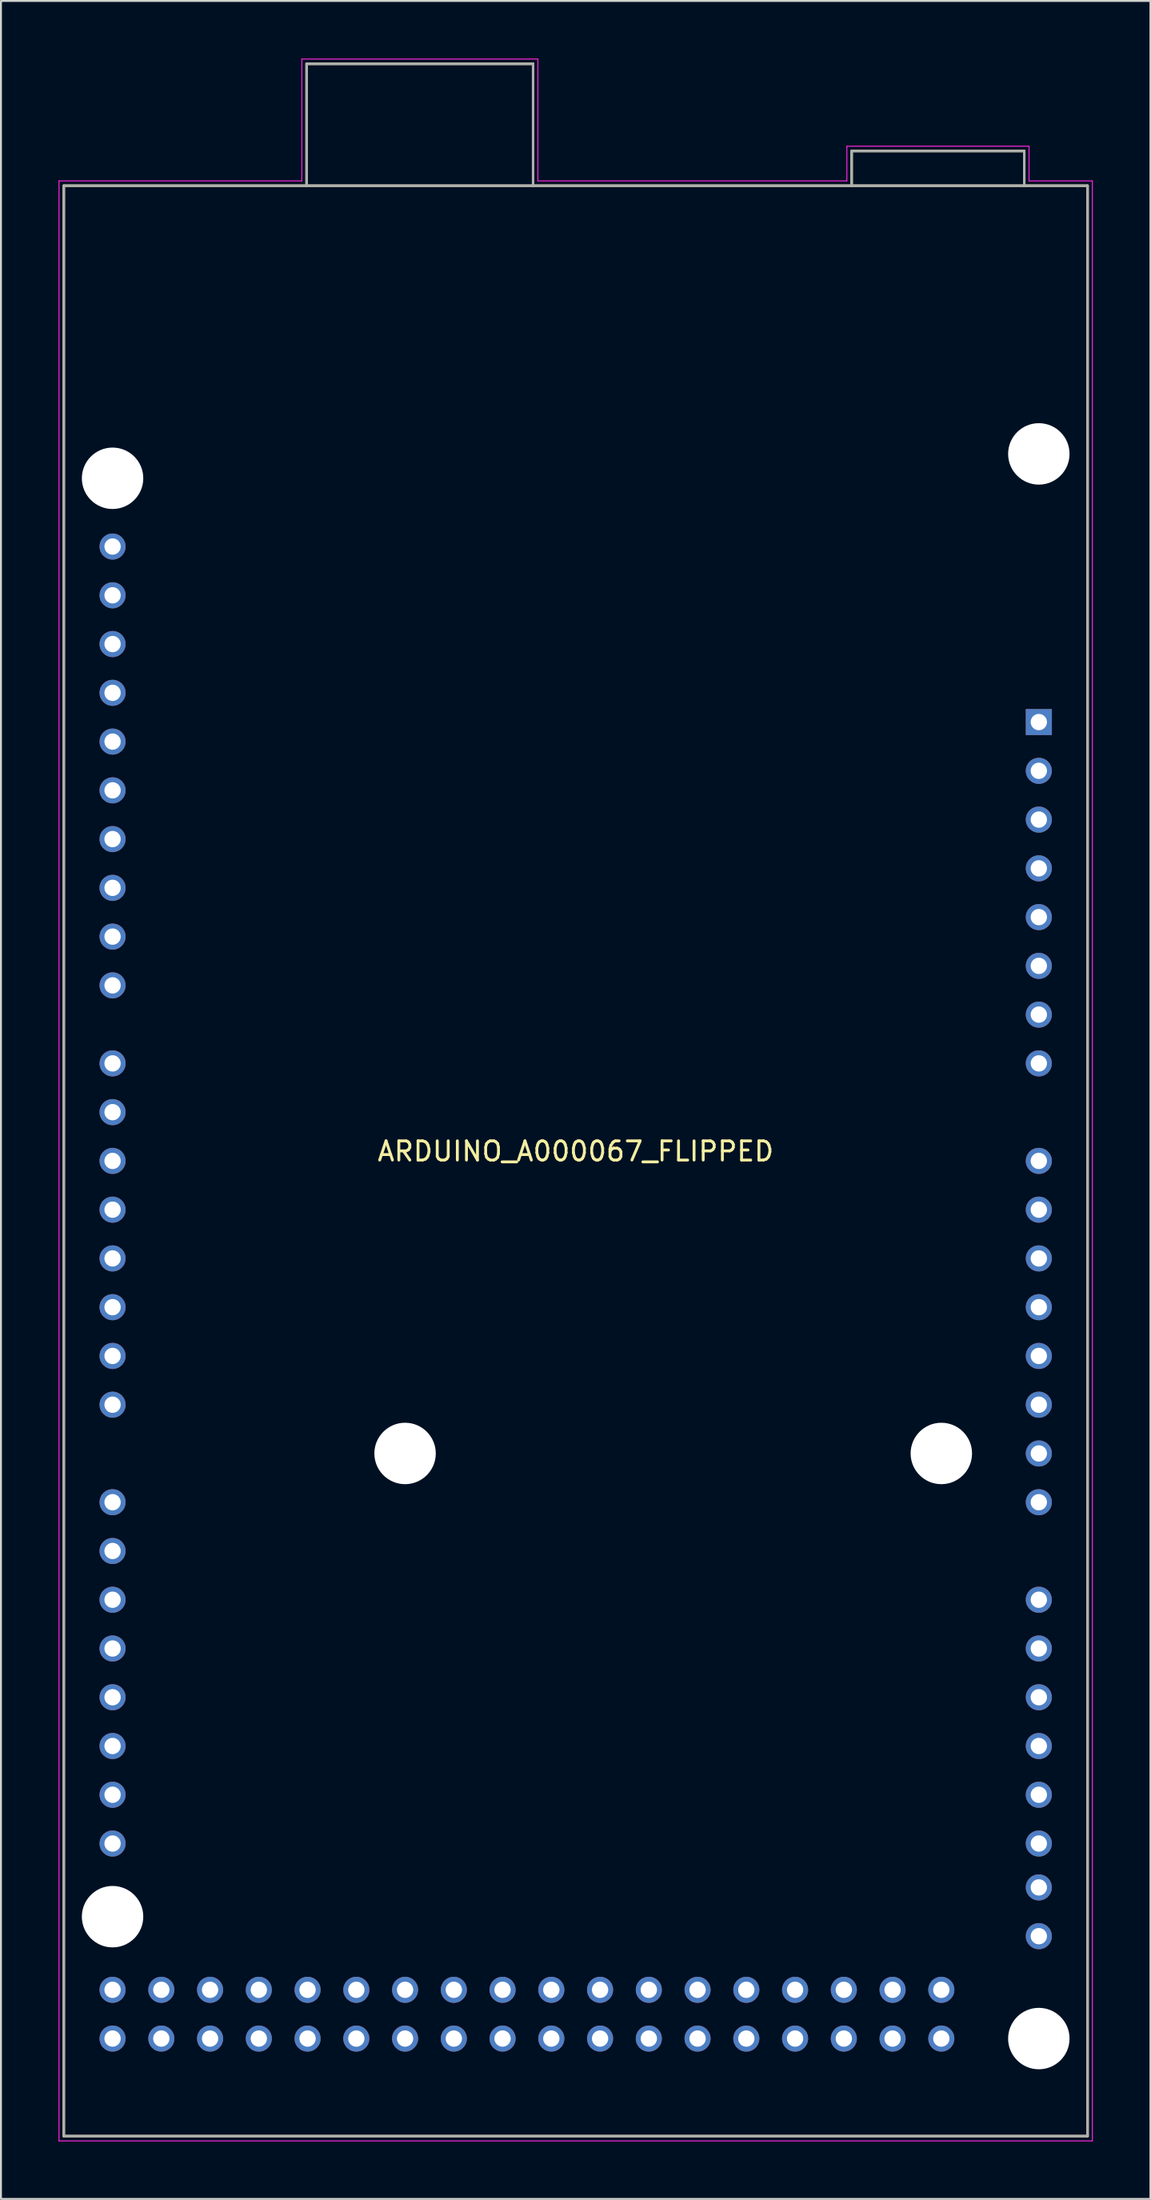
<source format=kicad_pcb>
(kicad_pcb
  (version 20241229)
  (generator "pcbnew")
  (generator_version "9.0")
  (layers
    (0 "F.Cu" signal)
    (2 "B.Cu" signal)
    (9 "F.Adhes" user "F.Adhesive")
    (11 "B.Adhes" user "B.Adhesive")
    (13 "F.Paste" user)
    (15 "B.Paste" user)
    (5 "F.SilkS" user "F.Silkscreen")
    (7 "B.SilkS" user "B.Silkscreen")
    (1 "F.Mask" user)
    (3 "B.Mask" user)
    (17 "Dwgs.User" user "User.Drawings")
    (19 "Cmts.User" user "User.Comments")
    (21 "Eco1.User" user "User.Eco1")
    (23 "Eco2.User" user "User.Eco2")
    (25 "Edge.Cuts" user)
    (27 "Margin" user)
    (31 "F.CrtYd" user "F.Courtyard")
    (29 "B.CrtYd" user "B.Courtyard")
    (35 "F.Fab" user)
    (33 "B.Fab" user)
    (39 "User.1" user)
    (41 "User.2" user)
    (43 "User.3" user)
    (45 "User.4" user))
  (footprint "ARDUINO_A000067_FLIPPED"
    (layer "F.Cu")
    (at 26.945 57.425)
    (property "Reference" "ARDUINO_A000067_FLIPPED" (at 0 -0.5 0) (unlocked yes) (layer "F.SilkS") (effects (font (size 1 1) (thickness 0.15))))
    (attr through_hole)
    (fp_line (start -26.67 -50.8) (end -26.67 50.8) (stroke (width 0.127) (type solid)) (layer "F.SilkS"))
    (fp_line (start -26.67 50.8) (end 26.67 50.8) (stroke (width 0.127) (type solid)) (layer "F.SilkS"))
    (fp_line (start -14.02 -57.15) (end -2.22 -57.15) (stroke (width 0.127) (type solid)) (layer "F.SilkS"))
    (fp_line (start -14.02 -50.8) (end -26.67 -50.8) (stroke (width 0.127) (type solid)) (layer "F.SilkS"))
    (fp_line (start -14.02 -50.8) (end -14.02 -57.15) (stroke (width 0.127) (type solid)) (layer "F.SilkS"))
    (fp_line (start -2.22 -57.15) (end -2.22 -50.8) (stroke (width 0.127) (type solid)) (layer "F.SilkS"))
    (fp_line (start -2.22 -50.8) (end -14.02 -50.8) (stroke (width 0.127) (type solid)) (layer "F.SilkS"))
    (fp_line (start 14.378 -52.61) (end 14.378 -50.8) (stroke (width 0.127) (type solid)) (layer "F.SilkS"))
    (fp_line (start 14.378 -50.8) (end -2.22 -50.8) (stroke (width 0.127) (type solid)) (layer "F.SilkS"))
    (fp_line (start 23.37 -52.61) (end 14.378 -52.61) (stroke (width 0.127) (type solid)) (layer "F.SilkS"))
    (fp_line (start 23.37 -50.8) (end 14.378 -50.8) (stroke (width 0.127) (type solid)) (layer "F.SilkS"))
    (fp_line (start 23.37 -50.8) (end 23.37 -52.61) (stroke (width 0.127) (type solid)) (layer "F.SilkS"))
    (fp_line (start 26.67 -50.8) (end 23.37 -50.8) (stroke (width 0.127) (type solid)) (layer "F.SilkS"))
    (fp_line (start 26.67 50.8) (end 26.67 -50.8) (stroke (width 0.127) (type solid)) (layer "F.SilkS"))
    (fp_line (start -26.92 -51.05) (end -26.92 51.05) (stroke (width 0.05) (type solid)) (layer "F.CrtYd"))
    (fp_line (start -26.92 51.05) (end 26.92 51.05) (stroke (width 0.05) (type solid)) (layer "F.CrtYd"))
    (fp_line (start -14.27 -57.4) (end -14.27 -51.05) (stroke (width 0.05) (type solid)) (layer "F.CrtYd"))
    (fp_line (start -14.27 -51.05) (end -26.92 -51.05) (stroke (width 0.05) (type solid)) (layer "F.CrtYd"))
    (fp_line (start -1.97 -57.4) (end -14.27 -57.4) (stroke (width 0.05) (type solid)) (layer "F.CrtYd"))
    (fp_line (start -1.97 -51.05) (end -1.97 -57.4) (stroke (width 0.05) (type solid)) (layer "F.CrtYd"))
    (fp_line (start 14.128 -52.86) (end 14.128 -51.05) (stroke (width 0.05) (type solid)) (layer "F.CrtYd"))
    (fp_line (start 14.128 -51.05) (end -1.97 -51.05) (stroke (width 0.05) (type solid)) (layer "F.CrtYd"))
    (fp_line (start 23.62 -52.86) (end 14.128 -52.86) (stroke (width 0.05) (type solid)) (layer "F.CrtYd"))
    (fp_line (start 23.62 -51.05) (end 23.62 -52.86) (stroke (width 0.05) (type solid)) (layer "F.CrtYd"))
    (fp_line (start 26.92 -51.05) (end 23.62 -51.05) (stroke (width 0.05) (type solid)) (layer "F.CrtYd"))
    (fp_line (start 26.92 51.05) (end 26.92 -51.05) (stroke (width 0.05) (type solid)) (layer "F.CrtYd"))
    (fp_line (start -26.67 -50.8) (end -26.67 50.8) (stroke (width 0.127) (type solid)) (layer "F.Fab"))
    (fp_line (start -26.67 50.8) (end 26.67 50.8) (stroke (width 0.127) (type solid)) (layer "F.Fab"))
    (fp_line (start -14.02 -57.15) (end -2.22 -57.15) (stroke (width 0.127) (type solid)) (layer "F.Fab"))
    (fp_line (start -14.02 -50.8) (end -26.67 -50.8) (stroke (width 0.127) (type solid)) (layer "F.Fab"))
    (fp_line (start -14.02 -50.8) (end -14.02 -57.15) (stroke (width 0.127) (type solid)) (layer "F.Fab"))
    (fp_line (start -2.22 -57.15) (end -2.22 -50.8) (stroke (width 0.127) (type solid)) (layer "F.Fab"))
    (fp_line (start -2.22 -50.8) (end -14.02 -50.8) (stroke (width 0.127) (type solid)) (layer "F.Fab"))
    (fp_line (start 14.378 -52.61) (end 14.378 -50.8) (stroke (width 0.127) (type solid)) (layer "F.Fab"))
    (fp_line (start 14.378 -50.8) (end -2.22 -50.8) (stroke (width 0.127) (type solid)) (layer "F.Fab"))
    (fp_line (start 23.37 -52.61) (end 14.378 -52.61) (stroke (width 0.127) (type solid)) (layer "F.Fab"))
    (fp_line (start 23.37 -50.8) (end 14.378 -50.8) (stroke (width 0.127) (type solid)) (layer "F.Fab"))
    (fp_line (start 23.37 -50.8) (end 23.37 -52.61) (stroke (width 0.127) (type solid)) (layer "F.Fab"))
    (fp_line (start 26.67 -50.8) (end 23.37 -50.8) (stroke (width 0.127) (type solid)) (layer "F.Fab"))
    (fp_line (start 26.67 50.8) (end 26.67 -50.8) (stroke (width 0.127) (type solid)) (layer "F.Fab"))
    (pad "" np_thru_hole circle (at -24.13 -35.56) (size 3.2 3.2) (drill 3.2) (layers "*.Cu" "*.Mask"))
    (pad "" np_thru_hole circle (at -24.13 39.37) (size 3.2 3.2) (drill 3.2) (layers "*.Cu" "*.Mask"))
    (pad "" np_thru_hole circle (at -8.89 15.24) (size 3.2 3.2) (drill 3.2) (layers "*.Cu" "*.Mask"))
    (pad "" np_thru_hole circle (at 19.05 15.24) (size 3.2 3.2) (drill 3.2) (layers "*.Cu" "*.Mask"))
    (pad "" np_thru_hole circle (at 24.13 -36.83) (size 3.2 3.2) (drill 3.2) (layers "*.Cu" "*.Mask"))
    (pad "" np_thru_hole circle (at 24.13 45.72) (size 3.2 3.2) (drill 3.2) (layers "*.Cu" "*.Mask"))
    (pad "0" thru_hole circle (at -24.13 12.7) (size 1.358 1.358) (drill 0.85) (layers "*.Cu" "*.Mask"))
    (pad "1" thru_hole circle (at -24.13 10.16) (size 1.358 1.358) (drill 0.85) (layers "*.Cu" "*.Mask"))
    (pad "2" thru_hole circle (at -24.13 7.62) (size 1.358 1.358) (drill 0.85) (layers "*.Cu" "*.Mask"))
    (pad "3" thru_hole circle (at -24.13 5.08) (size 1.358 1.358) (drill 0.85) (layers "*.Cu" "*.Mask"))
    (pad "3V3" thru_hole circle (at 24.13 -15.24) (size 1.358 1.358) (drill 0.85) (layers "*.Cu" "*.Mask"))
    (pad "4" thru_hole circle (at -24.13 2.54) (size 1.358 1.358) (drill 0.85) (layers "*.Cu" "*.Mask"))
    (pad "5" thru_hole circle (at -24.13 0) (size 1.358 1.358) (drill 0.85) (layers "*.Cu" "*.Mask"))
    (pad "5V_1" thru_hole circle (at 24.13 -12.7) (size 1.358 1.358) (drill 0.85) (layers "*.Cu" "*.Mask"))
    (pad "5V_2" thru_hole circle (at -24.13 43.18) (size 1.358 1.358) (drill 0.85) (layers "*.Cu" "*.Mask"))
    (pad "5V_3" thru_hole circle (at -24.13 45.72) (size 1.358 1.358) (drill 0.85) (layers "*.Cu" "*.Mask"))
    (pad "6" thru_hole circle (at -24.13 -2.54) (size 1.358 1.358) (drill 0.85) (layers "*.Cu" "*.Mask"))
    (pad "7" thru_hole circle (at -24.13 -5.08) (size 1.358 1.358) (drill 0.85) (layers "*.Cu" "*.Mask"))
    (pad "8" thru_hole circle (at -24.13 -9.144) (size 1.358 1.358) (drill 0.85) (layers "*.Cu" "*.Mask"))
    (pad "9" thru_hole circle (at -24.13 -11.684) (size 1.358 1.358) (drill 0.85) (layers "*.Cu" "*.Mask"))
    (pad "10" thru_hole circle (at -24.13 -14.224) (size 1.358 1.358) (drill 0.85) (layers "*.Cu" "*.Mask"))
    (pad "11" thru_hole circle (at -24.13 -16.764) (size 1.358 1.358) (drill 0.85) (layers "*.Cu" "*.Mask"))
    (pad "12" thru_hole circle (at -24.13 -19.304) (size 1.358 1.358) (drill 0.85) (layers "*.Cu" "*.Mask"))
    (pad "13" thru_hole circle (at -24.13 -21.844) (size 1.358 1.358) (drill 0.85) (layers "*.Cu" "*.Mask"))
    (pad "14" thru_hole circle (at -24.13 17.78) (size 1.358 1.358) (drill 0.85) (layers "*.Cu" "*.Mask"))
    (pad "15" thru_hole circle (at -24.13 20.32) (size 1.358 1.358) (drill 0.85) (layers "*.Cu" "*.Mask"))
    (pad "16" thru_hole circle (at -24.13 22.86) (size 1.358 1.358) (drill 0.85) (layers "*.Cu" "*.Mask"))
    (pad "17" thru_hole circle (at -24.13 25.4) (size 1.358 1.358) (drill 0.85) (layers "*.Cu" "*.Mask"))
    (pad "18" thru_hole circle (at -24.13 27.94) (size 1.358 1.358) (drill 0.85) (layers "*.Cu" "*.Mask"))
    (pad "19" thru_hole circle (at -24.13 30.48) (size 1.358 1.358) (drill 0.85) (layers "*.Cu" "*.Mask"))
    (pad "20" thru_hole circle (at -24.13 33.02) (size 1.358 1.358) (drill 0.85) (layers "*.Cu" "*.Mask"))
    (pad "21" thru_hole circle (at -24.13 35.56) (size 1.358 1.358) (drill 0.85) (layers "*.Cu" "*.Mask"))
    (pad "22" thru_hole circle (at -21.59 43.18) (size 1.358 1.358) (drill 0.85) (layers "*.Cu" "*.Mask"))
    (pad "23" thru_hole circle (at -21.59 45.72) (size 1.358 1.358) (drill 0.85) (layers "*.Cu" "*.Mask"))
    (pad "24" thru_hole circle (at -19.05 43.18) (size 1.358 1.358) (drill 0.85) (layers "*.Cu" "*.Mask"))
    (pad "25" thru_hole circle (at -19.05 45.72) (size 1.358 1.358) (drill 0.85) (layers "*.Cu" "*.Mask"))
    (pad "26" thru_hole circle (at -16.51 43.18) (size 1.358 1.358) (drill 0.85) (layers "*.Cu" "*.Mask"))
    (pad "27" thru_hole circle (at -16.51 45.72) (size 1.358 1.358) (drill 0.85) (layers "*.Cu" "*.Mask"))
    (pad "28" thru_hole circle (at -13.97 43.18) (size 1.358 1.358) (drill 0.85) (layers "*.Cu" "*.Mask"))
    (pad "29" thru_hole circle (at -13.97 45.72) (size 1.358 1.358) (drill 0.85) (layers "*.Cu" "*.Mask"))
    (pad "30" thru_hole circle (at -11.43 43.18) (size 1.358 1.358) (drill 0.85) (layers "*.Cu" "*.Mask"))
    (pad "31" thru_hole circle (at -11.43 45.72) (size 1.358 1.358) (drill 0.85) (layers "*.Cu" "*.Mask"))
    (pad "32" thru_hole circle (at -8.89 43.18) (size 1.358 1.358) (drill 0.85) (layers "*.Cu" "*.Mask"))
    (pad "33" thru_hole circle (at -8.89 45.72) (size 1.358 1.358) (drill 0.85) (layers "*.Cu" "*.Mask"))
    (pad "34" thru_hole circle (at -6.35 43.18) (size 1.358 1.358) (drill 0.85) (layers "*.Cu" "*.Mask"))
    (pad "35" thru_hole circle (at -6.35 45.72) (size 1.358 1.358) (drill 0.85) (layers "*.Cu" "*.Mask"))
    (pad "36" thru_hole circle (at -3.81 43.18) (size 1.358 1.358) (drill 0.85) (layers "*.Cu" "*.Mask"))
    (pad "37" thru_hole circle (at -3.81 45.72) (size 1.358 1.358) (drill 0.85) (layers "*.Cu" "*.Mask"))
    (pad "38" thru_hole circle (at -1.27 43.18) (size 1.358 1.358) (drill 0.85) (layers "*.Cu" "*.Mask"))
    (pad "39" thru_hole circle (at -1.27 45.72) (size 1.358 1.358) (drill 0.85) (layers "*.Cu" "*.Mask"))
    (pad "40" thru_hole circle (at 1.27 43.18) (size 1.358 1.358) (drill 0.85) (layers "*.Cu" "*.Mask"))
    (pad "41" thru_hole circle (at 1.27 45.72) (size 1.358 1.358) (drill 0.85) (layers "*.Cu" "*.Mask"))
    (pad "42" thru_hole circle (at 3.81 43.18) (size 1.358 1.358) (drill 0.85) (layers "*.Cu" "*.Mask"))
    (pad "43" thru_hole circle (at 3.81 45.72) (size 1.358 1.358) (drill 0.85) (layers "*.Cu" "*.Mask"))
    (pad "44" thru_hole circle (at 6.35 43.18) (size 1.358 1.358) (drill 0.85) (layers "*.Cu" "*.Mask"))
    (pad "45" thru_hole circle (at 6.35 45.72) (size 1.358 1.358) (drill 0.85) (layers "*.Cu" "*.Mask"))
    (pad "46" thru_hole circle (at 8.89 43.18) (size 1.358 1.358) (drill 0.85) (layers "*.Cu" "*.Mask"))
    (pad "47" thru_hole circle (at 8.89 45.72) (size 1.358 1.358) (drill 0.85) (layers "*.Cu" "*.Mask"))
    (pad "48" thru_hole circle (at 11.43 43.18) (size 1.358 1.358) (drill 0.85) (layers "*.Cu" "*.Mask"))
    (pad "49" thru_hole circle (at 11.43 45.72) (size 1.358 1.358) (drill 0.85) (layers "*.Cu" "*.Mask"))
    (pad "50" thru_hole circle (at 13.97 43.18) (size 1.358 1.358) (drill 0.85) (layers "*.Cu" "*.Mask"))
    (pad "51" thru_hole circle (at 13.97 45.72) (size 1.358 1.358) (drill 0.85) (layers "*.Cu" "*.Mask"))
    (pad "52" thru_hole circle (at 16.51 43.18) (size 1.358 1.358) (drill 0.85) (layers "*.Cu" "*.Mask"))
    (pad "53" thru_hole circle (at 16.51 45.72) (size 1.358 1.358) (drill 0.85) (layers "*.Cu" "*.Mask"))
    (pad "AD0" thru_hole circle (at 24.13 0) (size 1.358 1.358) (drill 0.85) (layers "*.Cu" "*.Mask"))
    (pad "AD1" thru_hole circle (at 24.13 2.54) (size 1.358 1.358) (drill 0.85) (layers "*.Cu" "*.Mask"))
    (pad "AD2" thru_hole circle (at 24.13 5.08) (size 1.358 1.358) (drill 0.85) (layers "*.Cu" "*.Mask"))
    (pad "AD3" thru_hole circle (at 24.13 7.62) (size 1.358 1.358) (drill 0.85) (layers "*.Cu" "*.Mask"))
    (pad "AD4" thru_hole circle (at 24.13 10.16) (size 1.358 1.358) (drill 0.85) (layers "*.Cu" "*.Mask"))
    (pad "AD5" thru_hole circle (at 24.13 12.7) (size 1.358 1.358) (drill 0.85) (layers "*.Cu" "*.Mask"))
    (pad "AD6" thru_hole circle (at 24.13 15.24) (size 1.358 1.358) (drill 0.85) (layers "*.Cu" "*.Mask"))
    (pad "AD7" thru_hole circle (at 24.13 17.78) (size 1.358 1.358) (drill 0.85) (layers "*.Cu" "*.Mask"))
    (pad "AD8" thru_hole circle (at 24.13 22.86) (size 1.358 1.358) (drill 0.85) (layers "*.Cu" "*.Mask"))
    (pad "AD9" thru_hole circle (at 24.13 25.4) (size 1.358 1.358) (drill 0.85) (layers "*.Cu" "*.Mask"))
    (pad "AD10" thru_hole circle (at 24.13 27.94) (size 1.358 1.358) (drill 0.85) (layers "*.Cu" "*.Mask"))
    (pad "AD11" thru_hole circle (at 24.13 30.48) (size 1.358 1.358) (drill 0.85) (layers "*.Cu" "*.Mask"))
    (pad "AD12" thru_hole circle (at 24.13 33.02) (size 1.358 1.358) (drill 0.85) (layers "*.Cu" "*.Mask"))
    (pad "AD13" thru_hole circle (at 24.13 35.56) (size 1.358 1.358) (drill 0.85) (layers "*.Cu" "*.Mask"))
    (pad "AD14" thru_hole circle (at 24.13 37.846) (size 1.358 1.358) (drill 0.85) (layers "*.Cu" "*.Mask"))
    (pad "AD15" thru_hole circle (at 24.13 40.386) (size 1.358 1.358) (drill 0.85) (layers "*.Cu" "*.Mask"))
    (pad "AREF" thru_hole circle (at -24.13 -26.924) (size 1.358 1.358) (drill 0.85) (layers "*.Cu" "*.Mask"))
    (pad "GND1" thru_hole circle (at 24.13 -10.16) (size 1.358 1.358) (drill 0.85) (layers "*.Cu" "*.Mask"))
    (pad "GND2" thru_hole circle (at 24.13 -7.62) (size 1.358 1.358) (drill 0.85) (layers "*.Cu" "*.Mask"))
    (pad "GND3" thru_hole circle (at -24.13 -24.384) (size 1.358 1.358) (drill 0.85) (layers "*.Cu" "*.Mask"))
    (pad "GND4" thru_hole circle (at 19.05 43.18) (size 1.358 1.358) (drill 0.85) (layers "*.Cu" "*.Mask"))
    (pad "GND5" thru_hole circle (at 19.05 45.72) (size 1.358 1.358) (drill 0.85) (layers "*.Cu" "*.Mask"))
    (pad "IOREF" thru_hole circle (at 24.13 -20.32) (size 1.358 1.358) (drill 0.85) (layers "*.Cu" "*.Mask"))
    (pad "NC" thru_hole rect (at 24.13 -22.86) (size 1.358 1.358) (drill 0.85) (layers "*.Cu" "*.Mask"))
    (pad "RESET" thru_hole circle (at 24.13 -17.78) (size 1.358 1.358) (drill 0.85) (layers "*.Cu" "*.Mask"))
    (pad "SCL" thru_hole circle (at -24.13 -32.004) (size 1.358 1.358) (drill 0.85) (layers "*.Cu" "*.Mask"))
    (pad "SDA" thru_hole circle (at -24.13 -29.464) (size 1.358 1.358) (drill 0.85) (layers "*.Cu" "*.Mask"))
    (pad "VIN" thru_hole circle (at 24.13 -5.08) (size 1.358 1.358) (drill 0.85) (layers "*.Cu" "*.Mask")))
  (gr_rect
    (start -3 -3)
    (end 56.89 111.5)
    (stroke (width 0.1) (type default))
    (fill no)
    (layer "Edge.Cuts")))
</source>
